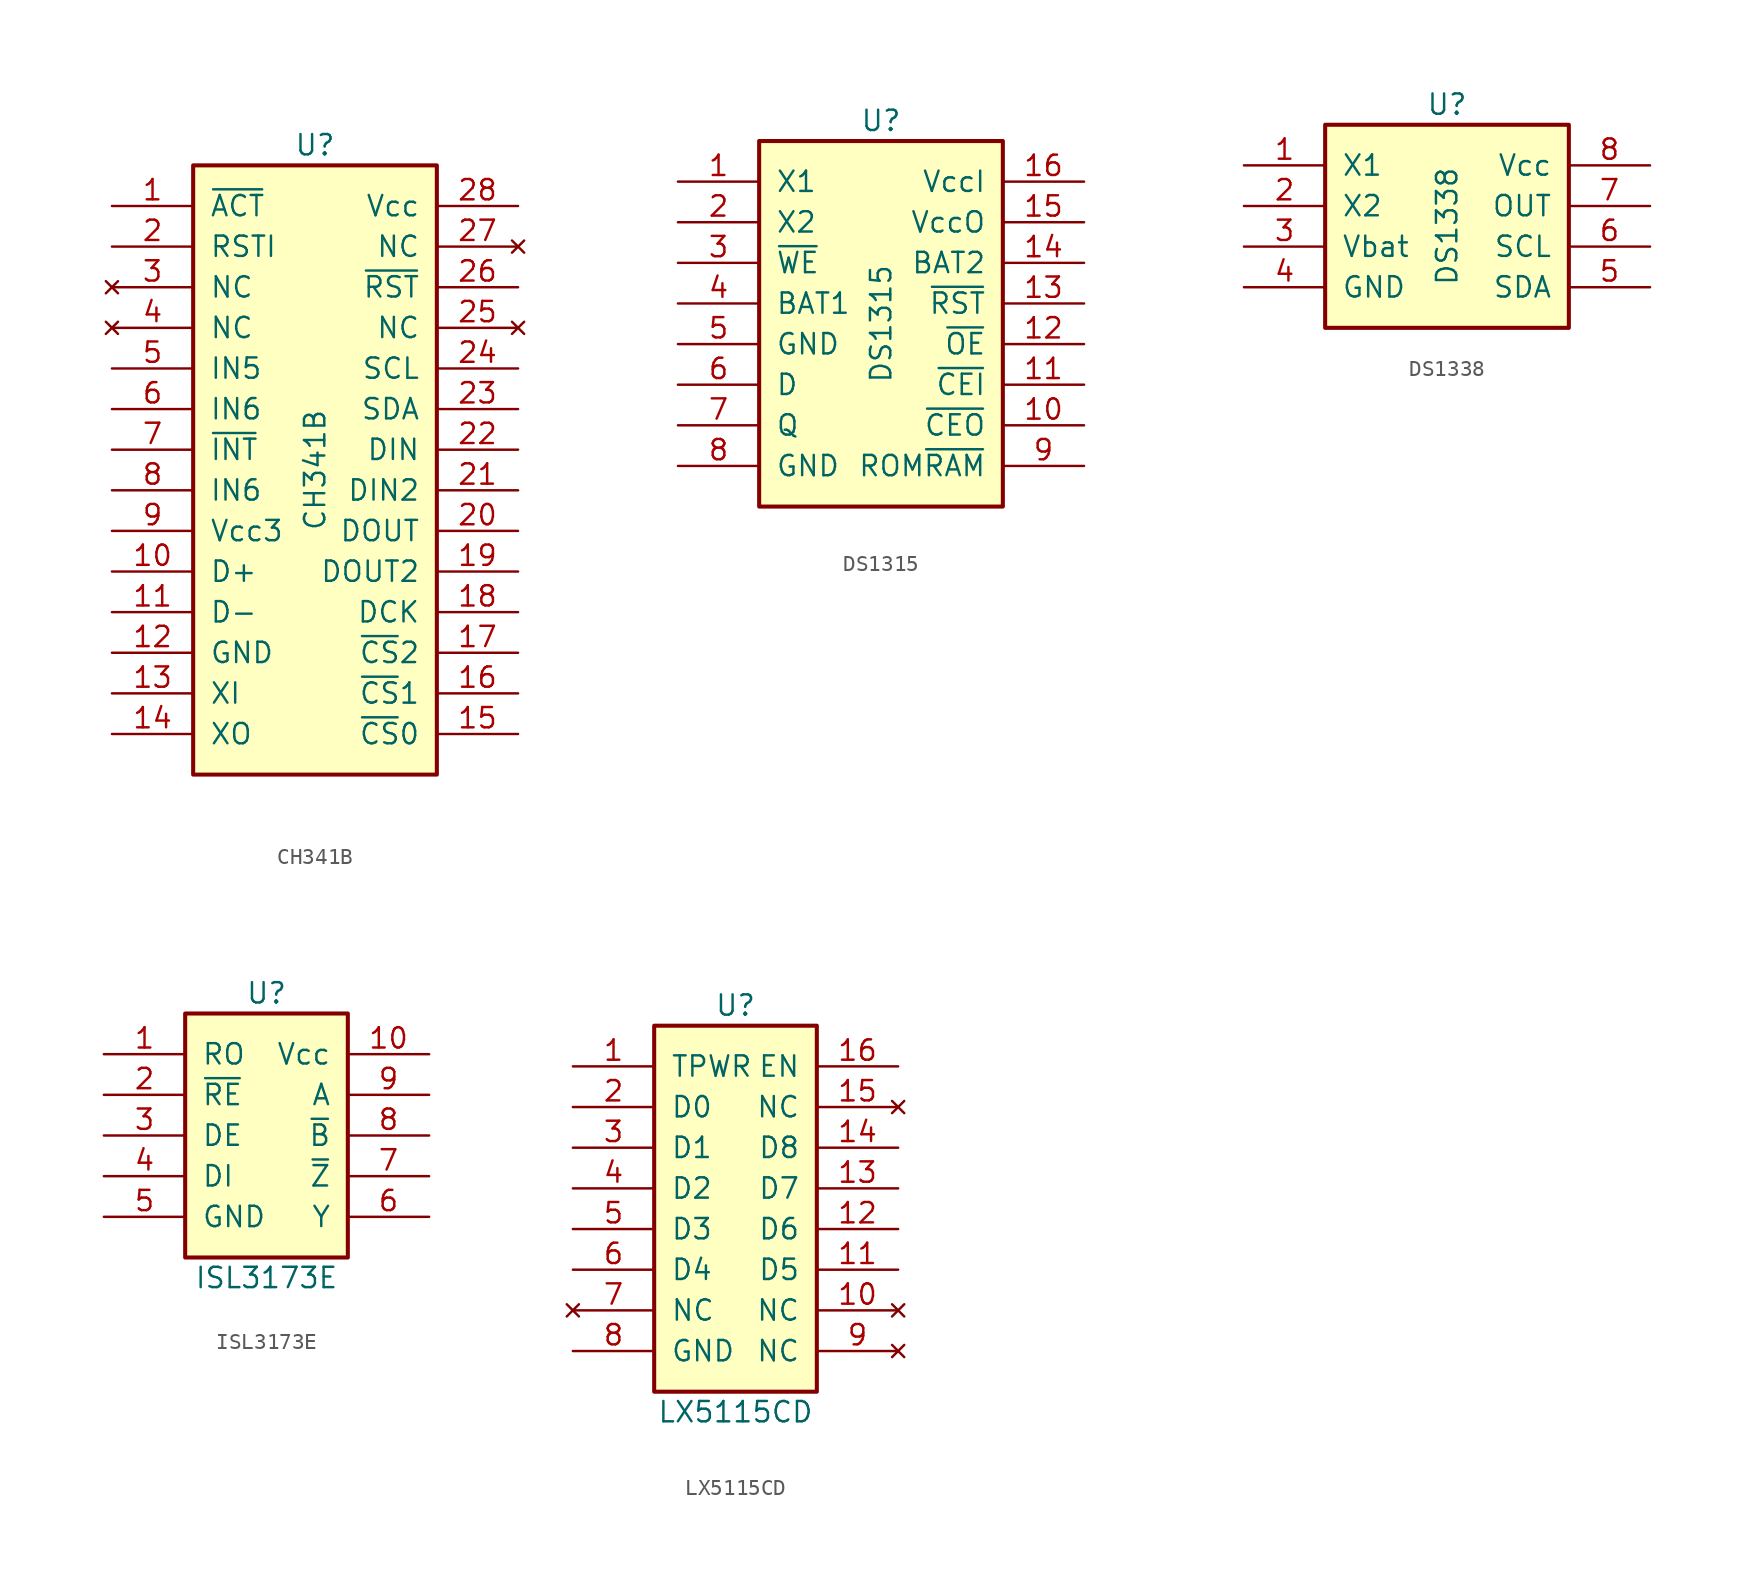
<source format=kicad_sym>
(kicad_symbol_lib
  (version 20220914)
  (generator kicad_symbol_editor)
  (symbol "CH341B"
    (pin_names
      (offset 1.016))
    (property "Reference" "U"
      (at 0 20.32 0)
      (effects (font (size 1.27 1.27))))
    (property "Value" "CH341B"
      (at 0 0 90)
      (effects (font (size 1.27 1.27))))
    (symbol "CH341B_0_1"
      (rectangle (start -7.62 19.05) (end 7.62 -19.05) (stroke (width 0.254) (type default)) (fill (type background))))
    (symbol "CH341B_1_0"
      (pin output line (at -12.7 16.51 0) (length 5.08) (name "~{ACT}" (effects (font (size 1.27 1.27)))) (number "1" (effects (font (size 1.27 1.27)))))
      (pin bidirectional line (at -12.7 -6.35 0) (length 5.08) (name "D+" (effects (font (size 1.27 1.27)))) (number "10" (effects (font (size 1.27 1.27)))))
      (pin bidirectional line (at -12.7 -8.89 0) (length 5.08) (name "D-" (effects (font (size 1.27 1.27)))) (number "11" (effects (font (size 1.27 1.27)))))
      (pin power_in line (at -12.7 -11.43 0) (length 5.08) (name "GND" (effects (font (size 1.27 1.27)))) (number "12" (effects (font (size 1.27 1.27)))))
      (pin input line (at -12.7 -13.97 0) (length 5.08) (name "XI" (effects (font (size 1.27 1.27)))) (number "13" (effects (font (size 1.27 1.27)))))
      (pin output line (at -12.7 -16.51 0) (length 5.08) (name "XO" (effects (font (size 1.27 1.27)))) (number "14" (effects (font (size 1.27 1.27)))))
      (pin output line (at 12.7 -16.51 180) (length 5.08) (name "~{CS}0" (effects (font (size 1.27 1.27)))) (number "15" (effects (font (size 1.27 1.27)))))
      (pin output line (at 12.7 -13.97 180) (length 5.08) (name "~{CS}1" (effects (font (size 1.27 1.27)))) (number "16" (effects (font (size 1.27 1.27)))))
      (pin output line (at 12.7 -11.43 180) (length 5.08) (name "~{CS}2" (effects (font (size 1.27 1.27)))) (number "17" (effects (font (size 1.27 1.27)))))
      (pin output line (at 12.7 -8.89 180) (length 5.08) (name "DCK" (effects (font (size 1.27 1.27)))) (number "18" (effects (font (size 1.27 1.27)))))
      (pin output line (at 12.7 -6.35 180) (length 5.08) (name "DOUT2" (effects (font (size 1.27 1.27)))) (number "19" (effects (font (size 1.27 1.27)))))
      (pin input line (at -12.7 13.97 0) (length 5.08) (name "RSTI" (effects (font (size 1.27 1.27)))) (number "2" (effects (font (size 1.27 1.27)))))
      (pin output line (at 12.7 -3.81 180) (length 5.08) (name "DOUT" (effects (font (size 1.27 1.27)))) (number "20" (effects (font (size 1.27 1.27)))))
      (pin output line (at 12.7 -1.27 180) (length 5.08) (name "DIN2" (effects (font (size 1.27 1.27)))) (number "21" (effects (font (size 1.27 1.27)))))
      (pin output line (at 12.7 1.27 180) (length 5.08) (name "DIN" (effects (font (size 1.27 1.27)))) (number "22" (effects (font (size 1.27 1.27)))))
      (pin input line (at 12.7 3.81 180) (length 5.08) (name "SDA" (effects (font (size 1.27 1.27)))) (number "23" (effects (font (size 1.27 1.27)))))
      (pin input line (at 12.7 6.35 180) (length 5.08) (name "SCL" (effects (font (size 1.27 1.27)))) (number "24" (effects (font (size 1.27 1.27)))))
      (pin no_connect line (at 12.7 8.89 180) (length 5.08) (name "NC" (effects (font (size 1.27 1.27)))) (number "25" (effects (font (size 1.27 1.27)))))
      (pin output line (at 12.7 11.43 180) (length 5.08) (name "~{RST}" (effects (font (size 1.27 1.27)))) (number "26" (effects (font (size 1.27 1.27)))))
      (pin no_connect line (at 12.7 13.97 180) (length 5.08) (name "NC" (effects (font (size 1.27 1.27)))) (number "27" (effects (font (size 1.27 1.27)))))
      (pin power_in line (at 12.7 16.51 180) (length 5.08) (name "Vcc" (effects (font (size 1.27 1.27)))) (number "28" (effects (font (size 1.27 1.27)))))
      (pin no_connect line (at -12.7 11.43 0) (length 5.08) (name "NC" (effects (font (size 1.27 1.27)))) (number "3" (effects (font (size 1.27 1.27)))))
      (pin no_connect line (at -12.7 8.89 0) (length 5.08) (name "NC" (effects (font (size 1.27 1.27)))) (number "4" (effects (font (size 1.27 1.27)))))
      (pin input line (at -12.7 6.35 0) (length 5.08) (name "IN5" (effects (font (size 1.27 1.27)))) (number "5" (effects (font (size 1.27 1.27)))))
      (pin input line (at -12.7 3.81 0) (length 5.08) (name "IN6" (effects (font (size 1.27 1.27)))) (number "6" (effects (font (size 1.27 1.27)))))
      (pin input line (at -12.7 1.27 0) (length 5.08) (name "~{INT}" (effects (font (size 1.27 1.27)))) (number "7" (effects (font (size 1.27 1.27)))))
      (pin input line (at -12.7 -1.27 0) (length 5.08) (name "IN6" (effects (font (size 1.27 1.27)))) (number "8" (effects (font (size 1.27 1.27)))))
      (pin power_in line (at -12.7 -3.81 0) (length 5.08) (name "Vcc3" (effects (font (size 1.27 1.27)))) (number "9" (effects (font (size 1.27 1.27)))))))
  (symbol "DS1315"
    (pin_names
      (offset 1.016))
    (property "Reference" "U"
      (at 0 12.7 0)
      (effects (font (size 1.27 1.27))))
    (property "Value" "DS1315"
      (at 0 0 90)
      (effects (font (size 1.27 1.27))))
    (symbol "DS1315_0_0"
      (pin passive line (at -12.7 8.89 0) (length 5.08) (name "X1" (effects (font (size 1.27 1.27)))) (number "1" (effects (font (size 1.27 1.27)))))
      (pin output line (at 12.7 -6.35 180) (length 5.08) (name "~{CEO}" (effects (font (size 1.27 1.27)))) (number "10" (effects (font (size 1.27 1.27)))))
      (pin input line (at 12.7 -3.81 180) (length 5.08) (name "~{CEI}" (effects (font (size 1.27 1.27)))) (number "11" (effects (font (size 1.27 1.27)))))
      (pin input line (at 12.7 -1.27 180) (length 5.08) (name "~{OE}" (effects (font (size 1.27 1.27)))) (number "12" (effects (font (size 1.27 1.27)))))
      (pin input line (at 12.7 1.27 180) (length 5.08) (name "~{RST}" (effects (font (size 1.27 1.27)))) (number "13" (effects (font (size 1.27 1.27)))))
      (pin power_in line (at 12.7 3.81 180) (length 5.08) (name "BAT2" (effects (font (size 1.27 1.27)))) (number "14" (effects (font (size 1.27 1.27)))))
      (pin power_out line (at 12.7 6.35 180) (length 5.08) (name "VccO" (effects (font (size 1.27 1.27)))) (number "15" (effects (font (size 1.27 1.27)))))
      (pin power_out line (at 12.7 8.89 180) (length 5.08) (name "VccI" (effects (font (size 1.27 1.27)))) (number "16" (effects (font (size 1.27 1.27)))))
      (pin passive line (at -12.7 6.35 0) (length 5.08) (name "X2" (effects (font (size 1.27 1.27)))) (number "2" (effects (font (size 1.27 1.27)))))
      (pin input line (at -12.7 3.81 0) (length 5.08) (name "~{WE}" (effects (font (size 1.27 1.27)))) (number "3" (effects (font (size 1.27 1.27)))))
      (pin power_in line (at -12.7 1.27 0) (length 5.08) (name "BAT1" (effects (font (size 1.27 1.27)))) (number "4" (effects (font (size 1.27 1.27)))))
      (pin power_in line (at -12.7 -1.27 0) (length 5.08) (name "GND" (effects (font (size 1.27 1.27)))) (number "5" (effects (font (size 1.27 1.27)))))
      (pin input line (at -12.7 -3.81 0) (length 5.08) (name "D" (effects (font (size 1.27 1.27)))) (number "6" (effects (font (size 1.27 1.27)))))
      (pin output line (at -12.7 -6.35 0) (length 5.08) (name "Q" (effects (font (size 1.27 1.27)))) (number "7" (effects (font (size 1.27 1.27)))))
      (pin power_in line (at -12.7 -8.89 0) (length 5.08) (name "GND" (effects (font (size 1.27 1.27)))) (number "8" (effects (font (size 1.27 1.27)))))
      (pin input line (at 12.7 -8.89 180) (length 5.08) (name "ROM~{RAM}" (effects (font (size 1.27 1.27)))) (number "9" (effects (font (size 1.27 1.27))))))
    (symbol "DS1315_0_1"
      (rectangle (start -7.62 11.43) (end 7.62 -11.43) (stroke (width 0.254) (type default)) (fill (type background)))))
  (symbol "DS1338"
    (pin_names
      (offset 1.016))
    (property "Reference" "U"
      (at 0 7.62 0)
      (effects (font (size 1.27 1.27))))
    (property "Value" "DS1338"
      (at 0 0 90)
      (effects (font (size 1.27 1.27))))
    (symbol "DS1338_0_0"
      (pin passive line (at -12.7 3.81 0) (length 5.08) (name "X1" (effects (font (size 1.27 1.27)))) (number "1" (effects (font (size 1.27 1.27)))))
      (pin passive line (at -12.7 1.27 0) (length 5.08) (name "X2" (effects (font (size 1.27 1.27)))) (number "2" (effects (font (size 1.27 1.27)))))
      (pin power_in line (at -12.7 -1.27 0) (length 5.08) (name "Vbat" (effects (font (size 1.27 1.27)))) (number "3" (effects (font (size 1.27 1.27)))))
      (pin power_in line (at -12.7 -3.81 0) (length 5.08) (name "GND" (effects (font (size 1.27 1.27)))) (number "4" (effects (font (size 1.27 1.27)))))
      (pin bidirectional line (at 12.7 -3.81 180) (length 5.08) (name "SDA" (effects (font (size 1.27 1.27)))) (number "5" (effects (font (size 1.27 1.27)))))
      (pin bidirectional line (at 12.7 -1.27 180) (length 5.08) (name "SCL" (effects (font (size 1.27 1.27)))) (number "6" (effects (font (size 1.27 1.27)))))
      (pin output line (at 12.7 1.27 180) (length 5.08) (name "OUT" (effects (font (size 1.27 1.27)))) (number "7" (effects (font (size 1.27 1.27)))))
      (pin power_in line (at 12.7 3.81 180) (length 5.08) (name "Vcc" (effects (font (size 1.27 1.27)))) (number "8" (effects (font (size 1.27 1.27))))))
    (symbol "DS1338_0_1"
      (rectangle (start -7.62 6.35) (end 7.62 -6.35) (stroke (width 0.254) (type default)) (fill (type background)))))
  (symbol "ISL3173E"
    (pin_names
      (offset 1.016))
    (property "Reference" "U"
      (at 0 8.89 0)
      (effects (font (size 1.27 1.27))))
    (property "Value" "ISL3173E"
      (at 0 -8.89 0)
      (effects (font (size 1.27 1.27))))
    (symbol "ISL3173E_0_1"
      (rectangle (start -5.08 7.62) (end 5.08 -7.62) (stroke (width 0.254) (type default)) (fill (type background))))
    (symbol "ISL3173E_1_1"
      (pin output line (at -10.16 5.08 0) (length 5.08) (name "RO" (effects (font (size 1.27 1.27)))) (number "1" (effects (font (size 1.27 1.27)))))
      (pin power_in line (at 10.16 5.08 180) (length 5.08) (name "Vcc" (effects (font (size 1.27 1.27)))) (number "10" (effects (font (size 1.27 1.27)))))
      (pin input line (at -10.16 2.54 0) (length 5.08) (name "~{RE}" (effects (font (size 1.27 1.27)))) (number "2" (effects (font (size 1.27 1.27)))))
      (pin input line (at -10.16 0 0) (length 5.08) (name "DE" (effects (font (size 1.27 1.27)))) (number "3" (effects (font (size 1.27 1.27)))))
      (pin input line (at -10.16 -2.54 0) (length 5.08) (name "DI" (effects (font (size 1.27 1.27)))) (number "4" (effects (font (size 1.27 1.27)))))
      (pin power_in line (at -10.16 -5.08 0) (length 5.08) (name "GND" (effects (font (size 1.27 1.27)))) (number "5" (effects (font (size 1.27 1.27)))))
      (pin tri_state line (at 10.16 -5.08 180) (length 5.08) (name "Y" (effects (font (size 1.27 1.27)))) (number "6" (effects (font (size 1.27 1.27)))))
      (pin tri_state line (at 10.16 -2.54 180) (length 5.08) (name "~{Z}" (effects (font (size 1.27 1.27)))) (number "7" (effects (font (size 1.27 1.27)))))
      (pin input line (at 10.16 0 180) (length 5.08) (name "~{B}" (effects (font (size 1.27 1.27)))) (number "8" (effects (font (size 1.27 1.27)))))
      (pin input line (at 10.16 2.54 180) (length 5.08) (name "A" (effects (font (size 1.27 1.27)))) (number "9" (effects (font (size 1.27 1.27)))))))
  (symbol "LX5115CD"
    (pin_names
      (offset 1.016))
    (property "Reference" "U"
      (at 0 12.7 0)
      (effects (font (size 1.27 1.27))))
    (property "Value" "LX5115CD"
      (at 0 -12.7 0)
      (effects (font (size 1.27 1.27))))
    (symbol "LX5115CD_0_1"
      (rectangle (start -5.08 11.43) (end 5.08 -11.43) (stroke (width 0.254) (type default)) (fill (type background))))
    (symbol "LX5115CD_1_1"
      (pin power_in line (at -10.16 8.89 0) (length 5.08) (name "TPWR" (effects (font (size 1.27 1.27)))) (number "1" (effects (font (size 1.27 1.27)))))
      (pin no_connect line (at 10.16 -6.35 180) (length 5.08) (name "NC" (effects (font (size 1.27 1.27)))) (number "10" (effects (font (size 1.27 1.27)))))
      (pin passive line (at 10.16 -3.81 180) (length 5.08) (name "D5" (effects (font (size 1.27 1.27)))) (number "11" (effects (font (size 1.27 1.27)))))
      (pin passive line (at 10.16 -1.27 180) (length 5.08) (name "D6" (effects (font (size 1.27 1.27)))) (number "12" (effects (font (size 1.27 1.27)))))
      (pin passive line (at 10.16 1.27 180) (length 5.08) (name "D7" (effects (font (size 1.27 1.27)))) (number "13" (effects (font (size 1.27 1.27)))))
      (pin passive line (at 10.16 3.81 180) (length 5.08) (name "D8" (effects (font (size 1.27 1.27)))) (number "14" (effects (font (size 1.27 1.27)))))
      (pin no_connect line (at 10.16 6.35 180) (length 5.08) (name "NC" (effects (font (size 1.27 1.27)))) (number "15" (effects (font (size 1.27 1.27)))))
      (pin input line (at 10.16 8.89 180) (length 5.08) (name "EN" (effects (font (size 1.27 1.27)))) (number "16" (effects (font (size 1.27 1.27)))))
      (pin passive line (at -10.16 6.35 0) (length 5.08) (name "D0" (effects (font (size 1.27 1.27)))) (number "2" (effects (font (size 1.27 1.27)))))
      (pin passive line (at -10.16 3.81 0) (length 5.08) (name "D1" (effects (font (size 1.27 1.27)))) (number "3" (effects (font (size 1.27 1.27)))))
      (pin passive line (at -10.16 1.27 0) (length 5.08) (name "D2" (effects (font (size 1.27 1.27)))) (number "4" (effects (font (size 1.27 1.27)))))
      (pin passive line (at -10.16 -1.27 0) (length 5.08) (name "D3" (effects (font (size 1.27 1.27)))) (number "5" (effects (font (size 1.27 1.27)))))
      (pin passive line (at -10.16 -3.81 0) (length 5.08) (name "D4" (effects (font (size 1.27 1.27)))) (number "6" (effects (font (size 1.27 1.27)))))
      (pin no_connect line (at -10.16 -6.35 0) (length 5.08) (name "NC" (effects (font (size 1.27 1.27)))) (number "7" (effects (font (size 1.27 1.27)))))
      (pin power_in line (at -10.16 -8.89 0) (length 5.08) (name "GND" (effects (font (size 1.27 1.27)))) (number "8" (effects (font (size 1.27 1.27)))))
      (pin no_connect line (at 10.16 -8.89 180) (length 5.08) (name "NC" (effects (font (size 1.27 1.27)))) (number "9" (effects (font (size 1.27 1.27))))))))
</source>
